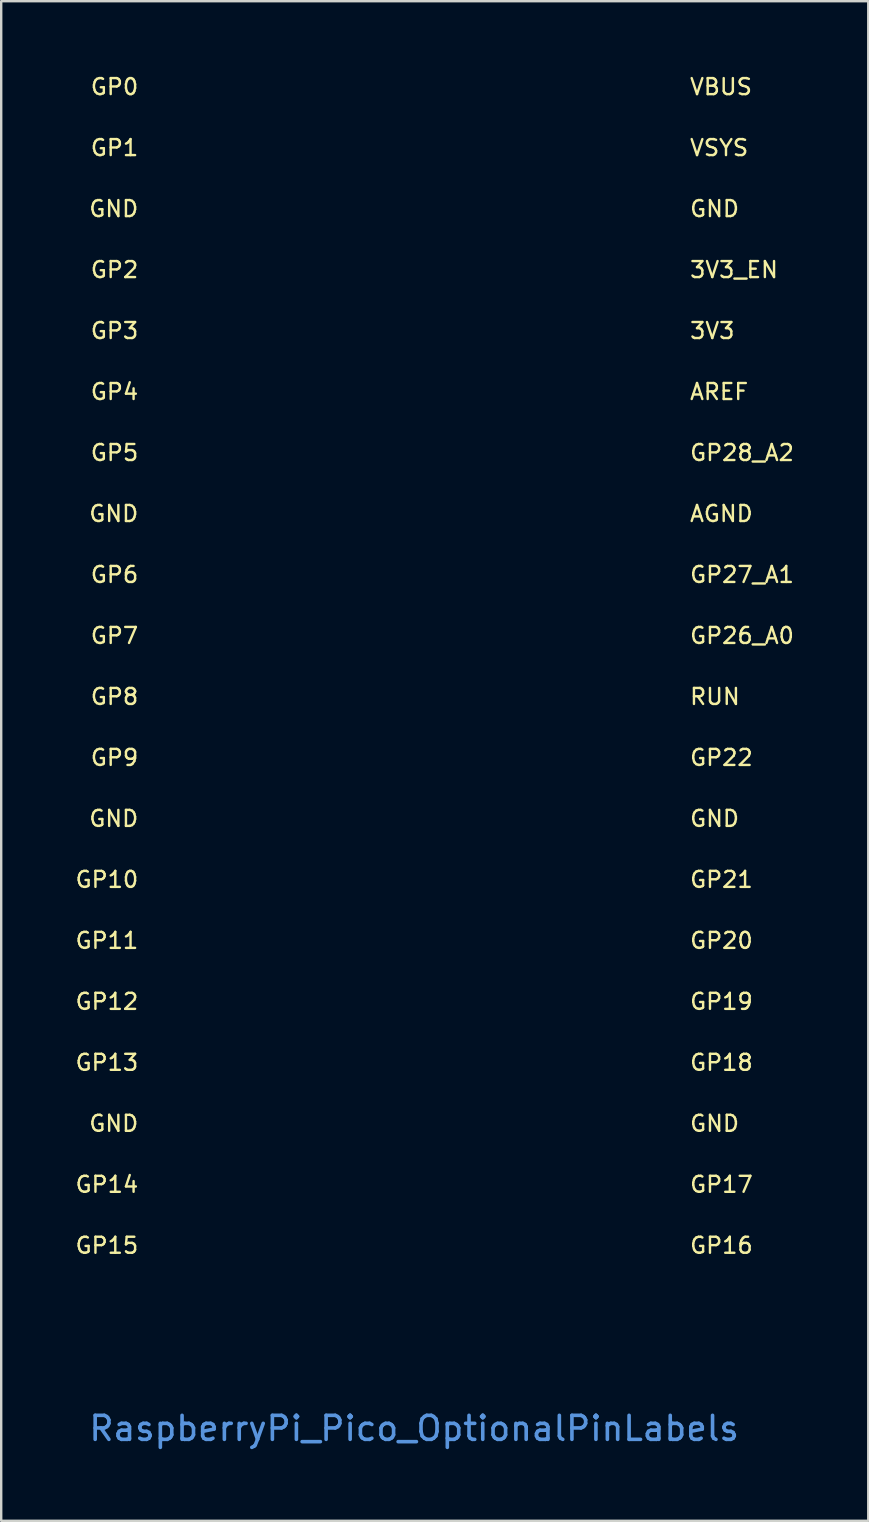
<source format=kicad_pcb>
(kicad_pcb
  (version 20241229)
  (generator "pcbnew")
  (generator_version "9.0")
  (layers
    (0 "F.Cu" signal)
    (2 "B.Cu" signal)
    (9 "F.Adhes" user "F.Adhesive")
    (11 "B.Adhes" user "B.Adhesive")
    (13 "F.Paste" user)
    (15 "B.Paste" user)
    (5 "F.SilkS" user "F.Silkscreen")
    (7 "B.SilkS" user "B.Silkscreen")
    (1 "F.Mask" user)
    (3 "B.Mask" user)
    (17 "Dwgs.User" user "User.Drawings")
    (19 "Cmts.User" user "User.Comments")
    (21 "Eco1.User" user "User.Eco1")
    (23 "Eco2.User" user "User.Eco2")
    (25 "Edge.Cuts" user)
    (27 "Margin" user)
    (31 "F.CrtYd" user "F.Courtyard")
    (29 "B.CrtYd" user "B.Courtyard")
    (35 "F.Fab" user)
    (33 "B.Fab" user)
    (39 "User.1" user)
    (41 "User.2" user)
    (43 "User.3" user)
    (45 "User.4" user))
  (footprint "RaspberryPi_Pico_OptionalPinLabels"
    (layer "F.Cu")
    (at 14.2 24.696)
    (property "Reference" "RaspberryPi_Pico_OptionalPinLabels" (at 0 31.75 0) (unlocked yes) (layer "Cmts.User") (effects (font (size 1 1) (thickness 0.15))))
    (attr board_only exclude_from_pos_files exclude_from_bom allow_missing_courtyard)
    (fp_text user "GND" (at -11.43 -6.35 0) (unlocked yes) (layer "F.SilkS") (effects (font (size 0.667 0.667) (thickness 0.1)) (justify right)))
    (fp_text user "GP9" (at -11.43 3.81 0) (unlocked yes) (layer "F.SilkS") (effects (font (size 0.667 0.667) (thickness 0.1)) (justify right)))
    (fp_text user "GND" (at -11.43 -19.05 0) (unlocked yes) (layer "F.SilkS") (effects (font (size 0.667 0.667) (thickness 0.1)) (justify right)))
    (fp_text user "GP8" (at -11.43 1.27 0) (unlocked yes) (layer "F.SilkS") (effects (font (size 0.667 0.667) (thickness 0.1)) (justify right)))
    (fp_text user "GP14" (at -11.43 21.59 0) (unlocked yes) (layer "F.SilkS") (effects (font (size 0.667 0.667) (thickness 0.1)) (justify right)))
    (fp_text user "GP1" (at -11.43 -21.59 0) (unlocked yes) (layer "F.SilkS") (effects (font (size 0.667 0.667) (thickness 0.1)) (justify right)))
    (fp_text user "GP4" (at -11.43 -11.43 0) (unlocked yes) (layer "F.SilkS") (effects (font (size 0.667 0.667) (thickness 0.1)) (justify right)))
    (fp_text user "GP11" (at -11.43 11.43 0) (unlocked yes) (layer "F.SilkS") (effects (font (size 0.667 0.667) (thickness 0.1)) (justify right)))
    (fp_text user "GP16" (at 11.43 24.13 0) (unlocked yes) (layer "F.SilkS") (effects (font (size 0.667 0.667) (thickness 0.1)) (justify left)))
    (fp_text user "GP3" (at -11.43 -13.97 0) (unlocked yes) (layer "F.SilkS") (effects (font (size 0.667 0.667) (thickness 0.1)) (justify right)))
    (fp_text user "GND" (at 11.43 19.05 0) (unlocked yes) (layer "F.SilkS") (effects (font (size 0.667 0.667) (thickness 0.1)) (justify left)))
    (fp_text user "GP5" (at -11.43 -8.89 0) (unlocked yes) (layer "F.SilkS") (effects (font (size 0.667 0.667) (thickness 0.1)) (justify right)))
    (fp_text user "GND" (at -11.43 6.35 0) (unlocked yes) (layer "F.SilkS") (effects (font (size 0.667 0.667) (thickness 0.1)) (justify right)))
    (fp_text user "RUN" (at 11.43 1.27 0) (unlocked yes) (layer "F.SilkS") (effects (font (size 0.667 0.667) (thickness 0.1)) (justify left)))
    (fp_text user "GP10" (at -11.43 8.89 0) (unlocked yes) (layer "F.SilkS") (effects (font (size 0.667 0.667) (thickness 0.1)) (justify right)))
    (fp_text user "AGND" (at 11.43 -6.35 0) (unlocked yes) (layer "F.SilkS") (effects (font (size 0.667 0.667) (thickness 0.1)) (justify left)))
    (fp_text user "GP27_A1" (at 11.43 -3.81 0) (unlocked yes) (layer "F.SilkS") (effects (font (size 0.667 0.667) (thickness 0.1)) (justify left)))
    (fp_text user "GP2" (at -11.43 -16.51 0) (unlocked yes) (layer "F.SilkS") (effects (font (size 0.667 0.667) (thickness 0.1)) (justify right)))
    (fp_text user "GP0" (at -11.43 -24.13 0) (unlocked yes) (layer "F.SilkS") (effects (font (size 0.667 0.667) (thickness 0.1)) (justify right)))
    (fp_text user "GP18" (at 11.43 16.51 0) (unlocked yes) (layer "F.SilkS") (effects (font (size 0.667 0.667) (thickness 0.1)) (justify left)))
    (fp_text user "GND" (at 11.43 6.35 0) (unlocked yes) (layer "F.SilkS") (effects (font (size 0.667 0.667) (thickness 0.1)) (justify left)))
    (fp_text user "GP7" (at -11.43 -1.27 0) (unlocked yes) (layer "F.SilkS") (effects (font (size 0.667 0.667) (thickness 0.1)) (justify right)))
    (fp_text user "GND" (at -11.43 19.05 0) (unlocked yes) (layer "F.SilkS") (effects (font (size 0.667 0.667) (thickness 0.1)) (justify right)))
    (fp_text user "VSYS" (at 11.43 -21.59 0) (unlocked yes) (layer "F.SilkS") (effects (font (size 0.667 0.667) (thickness 0.1)) (justify left)))
    (fp_text user "GP6" (at -11.43 -3.81 0) (unlocked yes) (layer "F.SilkS") (effects (font (size 0.667 0.667) (thickness 0.1)) (justify right)))
    (fp_text user "GP15" (at -11.43 24.13 0) (unlocked yes) (layer "F.SilkS") (effects (font (size 0.667 0.667) (thickness 0.1)) (justify right)))
    (fp_text user "GP20" (at 11.43 11.43 0) (unlocked yes) (layer "F.SilkS") (effects (font (size 0.667 0.667) (thickness 0.1)) (justify left)))
    (fp_text user "GP19" (at 11.43 13.97 0) (unlocked yes) (layer "F.SilkS") (effects (font (size 0.667 0.667) (thickness 0.1)) (justify left)))
    (fp_text user "GP28_A2" (at 11.43 -8.89 0) (unlocked yes) (layer "F.SilkS") (effects (font (size 0.667 0.667) (thickness 0.1)) (justify left)))
    (fp_text user "GP17" (at 11.43 21.59 0) (unlocked yes) (layer "F.SilkS") (effects (font (size 0.667 0.667) (thickness 0.1)) (justify left)))
    (fp_text user "GP12" (at -11.43 13.97 0) (unlocked yes) (layer "F.SilkS") (effects (font (size 0.667 0.667) (thickness 0.1)) (justify right)))
    (fp_text user "GND" (at 11.43 -19.05 0) (unlocked yes) (layer "F.SilkS") (effects (font (size 0.667 0.667) (thickness 0.1)) (justify left)))
    (fp_text user "3V3_EN" (at 11.43 -16.51 0) (unlocked yes) (layer "F.SilkS") (effects (font (size 0.667 0.667) (thickness 0.1)) (justify left)))
    (fp_text user "3V3" (at 11.43 -13.97 0) (unlocked yes) (layer "F.SilkS") (effects (font (size 0.667 0.667) (thickness 0.1)) (justify left)))
    (fp_text user "GP22" (at 11.43 3.81 0) (unlocked yes) (layer "F.SilkS") (effects (font (size 0.667 0.667) (thickness 0.1)) (justify left)))
    (fp_text user "GP21" (at 11.43 8.89 0) (unlocked yes) (layer "F.SilkS") (effects (font (size 0.667 0.667) (thickness 0.1)) (justify left)))
    (fp_text user "VBUS" (at 11.43 -24.13 0) (unlocked yes) (layer "F.SilkS") (effects (font (size 0.667 0.667) (thickness 0.1)) (justify left)))
    (fp_text user "AREF" (at 11.43 -11.43 0) (unlocked yes) (layer "F.SilkS") (effects (font (size 0.667 0.667) (thickness 0.1)) (justify left)))
    (fp_text user "GP13" (at -11.43 16.51 0) (unlocked yes) (layer "F.SilkS") (effects (font (size 0.667 0.667) (thickness 0.1)) (justify right)))
    (fp_text user "GP26_A0" (at 11.43 -1.27 0) (unlocked yes) (layer "F.SilkS") (effects (font (size 0.667 0.667) (thickness 0.1)) (justify left))))
  (gr_rect
    (start -3 -3)
    (end 33.114 60.294)
    (stroke (width 0.1) (type default))
    (fill no)
    (layer "Edge.Cuts")))
</source>
